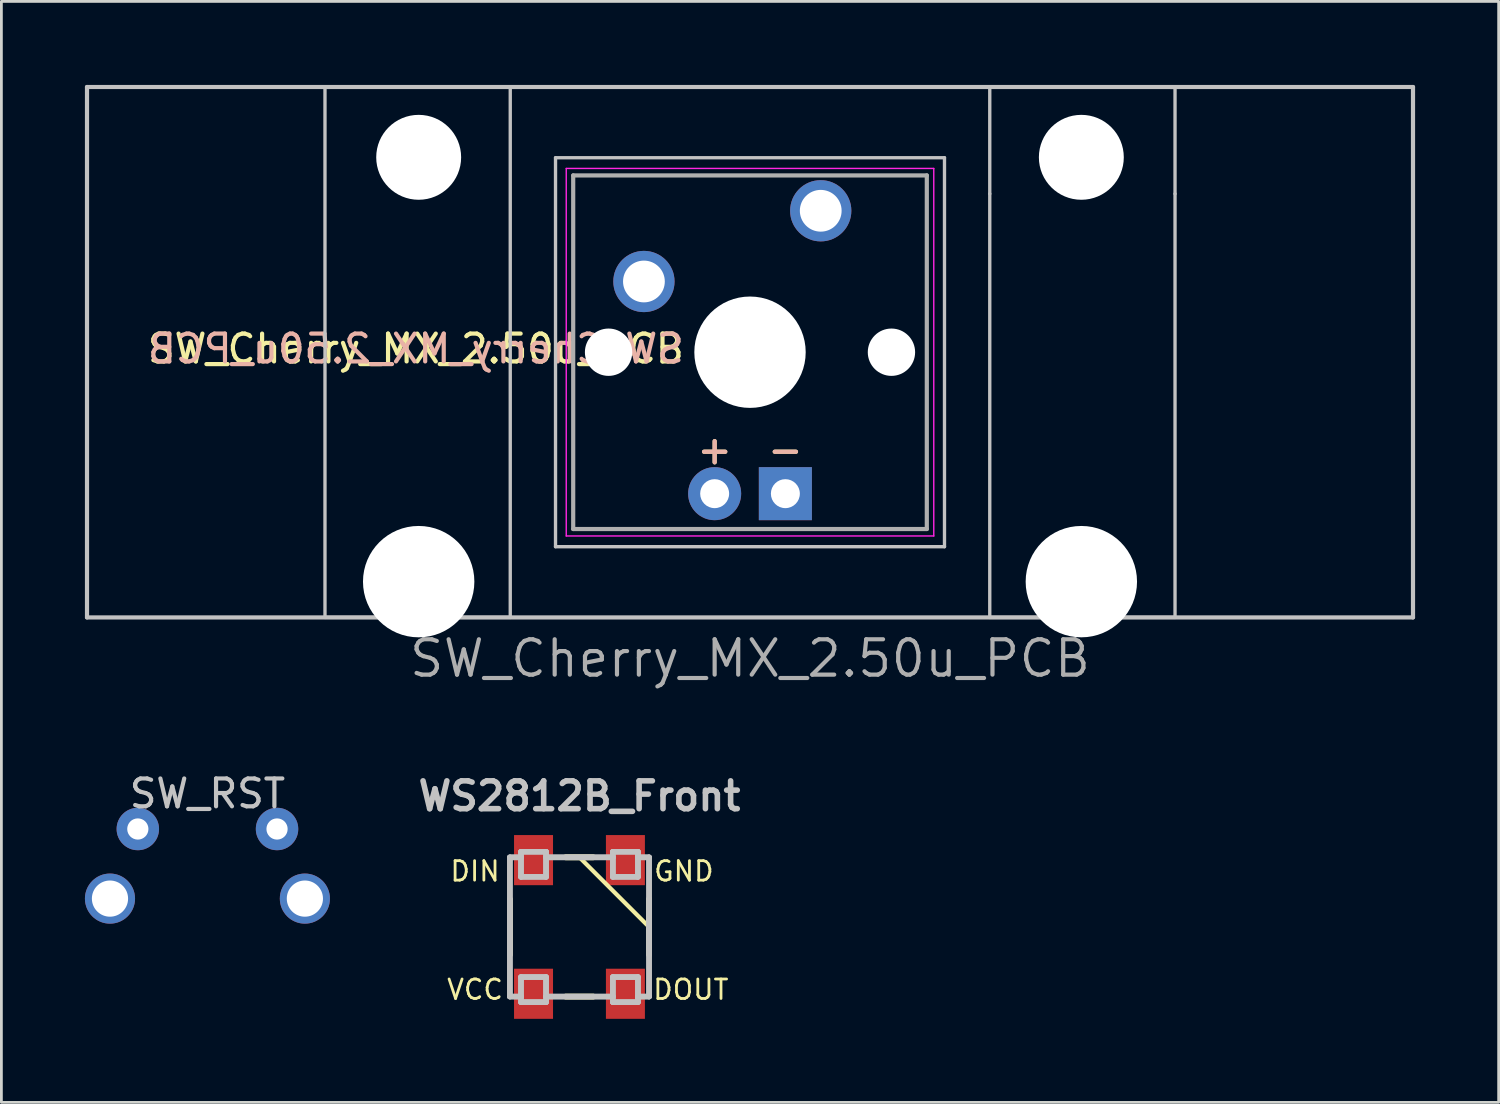
<source format=kicad_pcb>
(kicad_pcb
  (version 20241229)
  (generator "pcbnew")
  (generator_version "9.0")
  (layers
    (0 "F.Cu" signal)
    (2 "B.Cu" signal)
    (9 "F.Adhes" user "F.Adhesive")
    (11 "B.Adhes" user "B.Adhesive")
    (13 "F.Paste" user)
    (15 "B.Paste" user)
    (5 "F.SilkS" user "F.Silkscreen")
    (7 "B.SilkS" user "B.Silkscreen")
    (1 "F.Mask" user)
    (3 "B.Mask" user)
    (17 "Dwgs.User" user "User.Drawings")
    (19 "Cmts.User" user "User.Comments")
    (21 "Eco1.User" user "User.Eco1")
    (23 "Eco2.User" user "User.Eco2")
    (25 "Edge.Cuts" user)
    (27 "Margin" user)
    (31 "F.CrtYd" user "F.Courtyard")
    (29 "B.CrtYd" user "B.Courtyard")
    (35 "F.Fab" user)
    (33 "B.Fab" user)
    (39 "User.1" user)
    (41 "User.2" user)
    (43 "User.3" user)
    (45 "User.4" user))
  (footprint "SW_RST"
    (layer "F.Cu")
    (at 4.4 26.724)
    (property "Reference" "SW_RST" (at 0 -1.27 0) (layer "Dwgs.User") (effects (font (size 1 1) (thickness 0.15))))
    (attr through_hole)
    (pad "1" thru_hole circle (at -2.5 0) (size 1.524 1.524) (drill 0.762) (layers "*.Cu" "*.Mask"))
    (pad "2" thru_hole circle (at 2.5 0) (size 1.524 1.524) (drill 0.762) (layers "*.Cu" "*.Mask"))
    (pad "3" thru_hole circle (at -3.5 2.5) (size 1.8 1.8) (drill 1.3) (layers "*.Cu" "*.Mask"))
    (pad "3" thru_hole circle (at 3.5 2.5) (size 1.8 1.8) (drill 1.3) (layers "*.Cu" "*.Mask")))
  (footprint "WS2812B_Front"
    (layer "F.Cu")
    (at 17.762 30.242)
    (property "Reference" "WS2812B_Front" (at 0 -4.7 0) (layer "Dwgs.User") (effects (font (size 1 1) (thickness 0.2))))
    (attr through_hole)
    (fp_line (start -2.5 -1) (end -2.5 1) (stroke (width 0.2) (type solid)) (layer "F.SilkS"))
    (fp_line (start -2.5 -1) (end -2.5 1) (stroke (width 0.2) (type solid)) (layer "F.SilkS"))
    (fp_line (start -0.5 -2.5) (end 0.5 -2.5) (stroke (width 0.2) (type solid)) (layer "F.SilkS"))
    (fp_line (start -0.5 2.5) (end 0.5 2.5) (stroke (width 0.2) (type solid)) (layer "F.SilkS"))
    (fp_line (start 0 -2.5) (end 2.5 0) (stroke (width 0.15) (type solid)) (layer "F.SilkS"))
    (fp_line (start 0.5 -2.5) (end -0.5 -2.5) (stroke (width 0.2) (type solid)) (layer "F.SilkS"))
    (fp_line (start 0.5 2.5) (end -0.5 2.5) (stroke (width 0.2) (type solid)) (layer "F.SilkS"))
    (fp_line (start 2.5 -1) (end 2.5 1) (stroke (width 0.2) (type solid)) (layer "F.SilkS"))
    (fp_line (start 2.5 -1) (end 2.5 1) (stroke (width 0.2) (type solid)) (layer "F.SilkS"))
    (fp_line (start -2.5 -2.5) (end -2.5 2.5) (stroke (width 0.2) (type solid)) (layer "Dwgs.User"))
    (fp_line (start -2.5 -2.5) (end -2.1 -2.5) (stroke (width 0.2) (type solid)) (layer "Dwgs.User"))
    (fp_line (start -2.5 2.5) (end -2.1 2.5) (stroke (width 0.2) (type solid)) (layer "Dwgs.User"))
    (fp_line (start -2.499 2.499) (end -2.499 -2.499) (stroke (width 0.2) (type solid)) (layer "Dwgs.User"))
    (fp_line (start -2.1 -2.7) (end -1.2 -2.7) (stroke (width 0.2) (type solid)) (layer "Dwgs.User"))
    (fp_line (start -2.1 -2.7) (end -1.2 -2.7) (stroke (width 0.2) (type solid)) (layer "Dwgs.User"))
    (fp_line (start -2.1 -2.5) (end -2.5 -2.5) (stroke (width 0.2) (type solid)) (layer "Dwgs.User"))
    (fp_line (start -2.1 -1.8) (end -2.1 -2.7) (stroke (width 0.2) (type solid)) (layer "Dwgs.User"))
    (fp_line (start -2.1 -1.8) (end -2.1 -2.7) (stroke (width 0.2) (type solid)) (layer "Dwgs.User"))
    (fp_line (start -2.1 1.8) (end -2.1 2.7) (stroke (width 0.2) (type solid)) (layer "Dwgs.User"))
    (fp_line (start -2.1 1.8) (end -1.2 1.8) (stroke (width 0.2) (type solid)) (layer "Dwgs.User"))
    (fp_line (start -2.1 2.5) (end -2.5 2.5) (stroke (width 0.2) (type solid)) (layer "Dwgs.User"))
    (fp_line (start -2.1 2.7) (end -2.1 1.8) (stroke (width 0.2) (type solid)) (layer "Dwgs.User"))
    (fp_line (start -2.1 2.7) (end -1.2 2.7) (stroke (width 0.2) (type solid)) (layer "Dwgs.User"))
    (fp_line (start -1.2 -2.7) (end -1.2 -1.8) (stroke (width 0.2) (type solid)) (layer "Dwgs.User"))
    (fp_line (start -1.2 -2.7) (end -1.2 -1.8) (stroke (width 0.2) (type solid)) (layer "Dwgs.User"))
    (fp_line (start -1.2 -2.5) (end 1.2 -2.5) (stroke (width 0.2) (type solid)) (layer "Dwgs.User"))
    (fp_line (start -1.2 -1.8) (end -2.1 -1.8) (stroke (width 0.2) (type solid)) (layer "Dwgs.User"))
    (fp_line (start -1.2 -1.8) (end -2.1 -1.8) (stroke (width 0.2) (type solid)) (layer "Dwgs.User"))
    (fp_line (start -1.2 1.8) (end -2.1 1.8) (stroke (width 0.2) (type solid)) (layer "Dwgs.User"))
    (fp_line (start -1.2 1.8) (end -1.2 2.7) (stroke (width 0.2) (type solid)) (layer "Dwgs.User"))
    (fp_line (start -1.2 2.5) (end 1.2 2.5) (stroke (width 0.2) (type solid)) (layer "Dwgs.User"))
    (fp_line (start -1.2 2.7) (end -2.1 2.7) (stroke (width 0.2) (type solid)) (layer "Dwgs.User"))
    (fp_line (start -1.2 2.7) (end -1.2 1.8) (stroke (width 0.2) (type solid)) (layer "Dwgs.User"))
    (fp_line (start 1.2 -2.7) (end 1.2 -1.8) (stroke (width 0.2) (type solid)) (layer "Dwgs.User"))
    (fp_line (start 1.2 -2.7) (end 1.2 -1.8) (stroke (width 0.2) (type solid)) (layer "Dwgs.User"))
    (fp_line (start 1.2 -2.5) (end -1.2 -2.5) (stroke (width 0.2) (type solid)) (layer "Dwgs.User"))
    (fp_line (start 1.2 -1.8) (end 2.1 -1.8) (stroke (width 0.2) (type solid)) (layer "Dwgs.User"))
    (fp_line (start 1.2 -1.8) (end 2.1 -1.8) (stroke (width 0.2) (type solid)) (layer "Dwgs.User"))
    (fp_line (start 1.2 1.8) (end 1.2 2.7) (stroke (width 0.2) (type solid)) (layer "Dwgs.User"))
    (fp_line (start 1.2 1.8) (end 2.1 1.8) (stroke (width 0.2) (type solid)) (layer "Dwgs.User"))
    (fp_line (start 1.2 2.5) (end -1.2 2.5) (stroke (width 0.2) (type solid)) (layer "Dwgs.User"))
    (fp_line (start 1.2 2.7) (end 1.2 1.8) (stroke (width 0.2) (type solid)) (layer "Dwgs.User"))
    (fp_line (start 1.2 2.7) (end 2.1 2.7) (stroke (width 0.2) (type solid)) (layer "Dwgs.User"))
    (fp_line (start 2.1 -2.7) (end 1.2 -2.7) (stroke (width 0.2) (type solid)) (layer "Dwgs.User"))
    (fp_line (start 2.1 -2.7) (end 1.2 -2.7) (stroke (width 0.2) (type solid)) (layer "Dwgs.User"))
    (fp_line (start 2.1 -2.5) (end 2.5 -2.5) (stroke (width 0.2) (type solid)) (layer "Dwgs.User"))
    (fp_line (start 2.1 -1.8) (end 2.1 -2.7) (stroke (width 0.2) (type solid)) (layer "Dwgs.User"))
    (fp_line (start 2.1 -1.8) (end 2.1 -2.7) (stroke (width 0.2) (type solid)) (layer "Dwgs.User"))
    (fp_line (start 2.1 1.8) (end 1.2 1.8) (stroke (width 0.2) (type solid)) (layer "Dwgs.User"))
    (fp_line (start 2.1 1.8) (end 2.1 2.7) (stroke (width 0.2) (type solid)) (layer "Dwgs.User"))
    (fp_line (start 2.1 2.5) (end 2.5 2.5) (stroke (width 0.2) (type solid)) (layer "Dwgs.User"))
    (fp_line (start 2.1 2.7) (end 1.2 2.7) (stroke (width 0.2) (type solid)) (layer "Dwgs.User"))
    (fp_line (start 2.1 2.7) (end 2.1 1.8) (stroke (width 0.2) (type solid)) (layer "Dwgs.User"))
    (fp_line (start 2.499 2.499) (end 2.499 -2.499) (stroke (width 0.2) (type solid)) (layer "Dwgs.User"))
    (fp_line (start 2.5 -2.5) (end 2.1 -2.5) (stroke (width 0.2) (type solid)) (layer "Dwgs.User"))
    (fp_line (start 2.5 -2.5) (end 2.5 2.5) (stroke (width 0.2) (type solid)) (layer "Dwgs.User"))
    (fp_line (start 2.5 2.5) (end 2.1 2.5) (stroke (width 0.2) (type solid)) (layer "Dwgs.User"))
    (fp_text user "DOUT" (at 4 2.25 0) (layer "F.SilkS") (effects (font (size 0.7 0.7) (thickness 0.1))))
    (fp_text user "DIN" (at -3.75 -2 0) (layer "F.SilkS") (effects (font (size 0.7 0.7) (thickness 0.1))))
    (fp_text user "GND" (at 3.75 -2 0) (layer "F.SilkS") (effects (font (size 0.7 0.7) (thickness 0.1))))
    (fp_text user "VCC" (at -3.75 2.25 0) (layer "F.SilkS") (effects (font (size 0.7 0.7) (thickness 0.1))))
    (pad "1" smd rect (at -1.65 2.4) (size 1.4 1.8) (layers "F.Cu" "F.Mask" "F.Paste"))
    (pad "2" smd rect (at 1.65 2.4) (size 1.4 1.8) (layers "F.Cu" "F.Mask" "F.Paste"))
    (pad "3" smd rect (at 1.65 -2.4) (size 1.4 1.8) (layers "F.Cu" "F.Mask" "F.Paste"))
    (pad "4" smd rect (at -1.65 -2.4) (size 1.4 1.8) (layers "F.Cu" "F.Mask" "F.Paste")))
  (footprint "SW_Cherry_MX_2.50u_PCB"
    (layer "F.Cu")
    (at 23.887 9.6)
    (property "Reference" "SW_Cherry_MX_2.50u_PCB" (at 0 11 0) (layer "F.Fab") (effects (font (size 1.27 1.27) (thickness 0.15))))
    (attr through_hole)
    (fp_line (start -23.812 -9.525) (end 23.812 -9.525) (stroke (width 0.15) (type solid)) (layer "Dwgs.User"))
    (fp_line (start -23.812 9.525) (end -23.812 -9.525) (stroke (width 0.15) (type solid)) (layer "Dwgs.User"))
    (fp_line (start -23.812 9.525) (end 23.812 9.525) (stroke (width 0.15) (type solid)) (layer "Dwgs.User"))
    (fp_line (start -15.265 9.525) (end -15.265 -9.525) (stroke (width 0.12) (type solid)) (layer "Dwgs.User"))
    (fp_line (start -15.265 9.525) (end -8.611 9.525) (stroke (width 0.12) (type solid)) (layer "Dwgs.User"))
    (fp_line (start -8.611 -9.525) (end -15.265 -9.525) (stroke (width 0.12) (type solid)) (layer "Dwgs.User"))
    (fp_line (start -8.611 9.525) (end -8.611 -9.525) (stroke (width 0.12) (type solid)) (layer "Dwgs.User"))
    (fp_line (start -6.985 -6.985) (end 6.985 -6.985) (stroke (width 0.12) (type solid)) (layer "Dwgs.User"))
    (fp_line (start -6.985 6.985) (end -6.985 -6.985) (stroke (width 0.12) (type solid)) (layer "Dwgs.User"))
    (fp_line (start 6.985 -6.985) (end 6.985 6.985) (stroke (width 0.12) (type solid)) (layer "Dwgs.User"))
    (fp_line (start 6.985 6.985) (end -6.985 6.985) (stroke (width 0.12) (type solid)) (layer "Dwgs.User"))
    (fp_line (start 8.611 -5.69) (end 8.611 -9.525) (stroke (width 0.12) (type solid)) (layer "Dwgs.User"))
    (fp_line (start 8.611 -5.69) (end 8.611 9.525) (stroke (width 0.12) (type solid)) (layer "Dwgs.User"))
    (fp_line (start 8.611 9.525) (end 15.265 9.525) (stroke (width 0.12) (type solid)) (layer "Dwgs.User"))
    (fp_line (start 15.265 -9.512) (end 8.611 -9.525) (stroke (width 0.12) (type solid)) (layer "Dwgs.User"))
    (fp_line (start 15.265 -5.69) (end 15.265 -9.512) (stroke (width 0.12) (type solid)) (layer "Dwgs.User"))
    (fp_line (start 15.265 -5.69) (end 15.265 9.525) (stroke (width 0.12) (type solid)) (layer "Dwgs.User"))
    (fp_line (start 23.812 -9.525) (end 23.812 9.525) (stroke (width 0.15) (type solid)) (layer "Dwgs.User"))
    (fp_line (start -16.129 -2.286) (end -15.265 -2.286) (stroke (width 0.05) (type solid)) (layer "Eco1.User"))
    (fp_line (start -16.129 0.508) (end -16.129 -2.286) (stroke (width 0.05) (type solid)) (layer "Eco1.User"))
    (fp_line (start -15.265 -5.69) (end -8.611 -5.69) (stroke (width 0.05) (type solid)) (layer "Eco1.User"))
    (fp_line (start -15.265 -2.286) (end -15.265 -5.69) (stroke (width 0.05) (type solid)) (layer "Eco1.User"))
    (fp_line (start -15.265 0.508) (end -16.129 0.508) (stroke (width 0.05) (type solid)) (layer "Eco1.User"))
    (fp_line (start -15.265 6.604) (end -15.265 0.508) (stroke (width 0.05) (type solid)) (layer "Eco1.User"))
    (fp_line (start -14.224 6.604) (end -15.265 6.604) (stroke (width 0.05) (type solid)) (layer "Eco1.User"))
    (fp_line (start -14.224 7.772) (end -14.224 6.604) (stroke (width 0.05) (type solid)) (layer "Eco1.User"))
    (fp_line (start -9.652 6.604) (end -9.652 7.772) (stroke (width 0.05) (type solid)) (layer "Eco1.User"))
    (fp_line (start -9.652 7.772) (end -14.224 7.772) (stroke (width 0.05) (type solid)) (layer "Eco1.User"))
    (fp_line (start -8.611 -5.69) (end -8.611 -4.877) (stroke (width 0.05) (type solid)) (layer "Eco1.User"))
    (fp_line (start -8.611 -4.877) (end -6.985 -4.877) (stroke (width 0.05) (type solid)) (layer "Eco1.User"))
    (fp_line (start -8.611 5.817) (end -8.611 6.604) (stroke (width 0.05) (type solid)) (layer "Eco1.User"))
    (fp_line (start -8.611 6.604) (end -9.652 6.604) (stroke (width 0.05) (type solid)) (layer "Eco1.User"))
    (fp_line (start -6.985 -6.985) (end 6.985 -6.985) (stroke (width 0.05) (type solid)) (layer "Eco1.User"))
    (fp_line (start -6.985 -4.877) (end -6.985 -6.985) (stroke (width 0.05) (type solid)) (layer "Eco1.User"))
    (fp_line (start -6.985 5.817) (end -8.611 5.817) (stroke (width 0.05) (type solid)) (layer "Eco1.User"))
    (fp_line (start -6.985 6.985) (end -6.985 5.817) (stroke (width 0.05) (type solid)) (layer "Eco1.User"))
    (fp_line (start 6.985 -6.985) (end 6.985 -4.877) (stroke (width 0.05) (type solid)) (layer "Eco1.User"))
    (fp_line (start 6.985 -4.877) (end 8.611 -4.877) (stroke (width 0.05) (type solid)) (layer "Eco1.User"))
    (fp_line (start 6.985 5.817) (end 6.985 6.985) (stroke (width 0.05) (type solid)) (layer "Eco1.User"))
    (fp_line (start 6.985 6.985) (end -6.985 6.985) (stroke (width 0.05) (type solid)) (layer "Eco1.User"))
    (fp_line (start 8.611 -5.69) (end 15.265 -5.69) (stroke (width 0.05) (type solid)) (layer "Eco1.User"))
    (fp_line (start 8.611 -4.877) (end 8.611 -5.69) (stroke (width 0.05) (type solid)) (layer "Eco1.User"))
    (fp_line (start 8.611 5.817) (end 6.985 5.817) (stroke (width 0.05) (type solid)) (layer "Eco1.User"))
    (fp_line (start 8.611 6.604) (end 8.611 5.817) (stroke (width 0.05) (type solid)) (layer "Eco1.User"))
    (fp_line (start 9.652 6.604) (end 8.611 6.604) (stroke (width 0.05) (type solid)) (layer "Eco1.User"))
    (fp_line (start 9.652 7.772) (end 9.652 6.604) (stroke (width 0.05) (type solid)) (layer "Eco1.User"))
    (fp_line (start 14.224 6.604) (end 14.224 7.772) (stroke (width 0.05) (type solid)) (layer "Eco1.User"))
    (fp_line (start 14.224 7.772) (end 9.652 7.772) (stroke (width 0.05) (type solid)) (layer "Eco1.User"))
    (fp_line (start 15.265 -5.69) (end 15.265 -2.286) (stroke (width 0.05) (type solid)) (layer "Eco1.User"))
    (fp_line (start 15.265 -2.286) (end 16.129 -2.286) (stroke (width 0.05) (type solid)) (layer "Eco1.User"))
    (fp_line (start 15.265 0.508) (end 15.265 6.604) (stroke (width 0.05) (type solid)) (layer "Eco1.User"))
    (fp_line (start 15.265 6.604) (end 14.224 6.604) (stroke (width 0.05) (type solid)) (layer "Eco1.User"))
    (fp_line (start 16.129 -2.286) (end 16.129 0.508) (stroke (width 0.05) (type solid)) (layer "Eco1.User"))
    (fp_line (start 16.129 0.508) (end 15.265 0.508) (stroke (width 0.05) (type solid)) (layer "Eco1.User"))
    (fp_line (start -6.6 -6.6) (end 6.6 -6.6) (stroke (width 0.05) (type solid)) (layer "F.CrtYd"))
    (fp_line (start -6.6 6.6) (end -6.6 -6.6) (stroke (width 0.05) (type solid)) (layer "F.CrtYd"))
    (fp_line (start 6.6 -6.6) (end 6.6 6.6) (stroke (width 0.05) (type solid)) (layer "F.CrtYd"))
    (fp_line (start 6.6 6.6) (end -6.6 6.6) (stroke (width 0.05) (type solid)) (layer "F.CrtYd"))
    (fp_line (start -6.35 -6.35) (end 6.35 -6.35) (stroke (width 0.15) (type solid)) (layer "F.Fab"))
    (fp_line (start -6.35 6.35) (end -6.35 -6.35) (stroke (width 0.15) (type solid)) (layer "F.Fab"))
    (fp_line (start 6.35 -6.35) (end 6.35 6.35) (stroke (width 0.15) (type solid)) (layer "F.Fab"))
    (fp_line (start 6.35 6.35) (end -6.35 6.35) (stroke (width 0.15) (type solid)) (layer "F.Fab"))
    (fp_text user "-" (at 1.27 3.5 0) (layer "F.SilkS") (effects (font (size 1 1) (thickness 0.15))))
    (fp_text user "${REFERENCE}" (at -12 -0.124 0) (layer "F.SilkS") (effects (font (size 1 1) (thickness 0.15))))
    (fp_text user "+" (at -1.27 3.5 0) (layer "F.SilkS") (effects (font (size 1 1) (thickness 0.15))))
    (fp_text user "${REFERENCE}" (at -12 -0.124 0) (layer "B.SilkS") (effects (font (size 1 1) (thickness 0.15)) (justify mirror)))
    (fp_text user "+" (at -1.27 3.5 0) (layer "B.SilkS") (effects (font (size 1 1) (thickness 0.15))))
    (fp_text user "-" (at 1.27 3.5 0) (layer "B.SilkS") (effects (font (size 1 1) (thickness 0.15))))
    (pad "" np_thru_hole circle (at -11.9 -7) (size 3.05 3.05) (drill 3.05) (layers "*.Cu" "*.Mask"))
    (pad "" np_thru_hole circle (at -11.9 8.24) (size 4 4) (drill 4) (layers "*.Cu" "*.Mask"))
    (pad "" np_thru_hole circle (at -5.08 0) (size 1.7 1.7) (drill 1.7) (layers "*.Cu" "*.Mask"))
    (pad "" np_thru_hole circle (at 0 0) (size 4 4) (drill 4) (layers "*.Cu" "*.Mask"))
    (pad "" np_thru_hole circle (at 5.08 0) (size 1.7 1.7) (drill 1.7) (layers "*.Cu" "*.Mask"))
    (pad "" np_thru_hole circle (at 11.9 -7) (size 3.05 3.05) (drill 3.05) (layers "*.Cu" "*.Mask"))
    (pad "" np_thru_hole circle (at 11.9 8.24) (size 4 4) (drill 4) (layers "*.Cu" "*.Mask"))
    (pad "1" thru_hole circle (at 2.54 -5.08) (size 2.2 2.2) (drill 1.5) (layers "*.Cu" "*.Mask"))
    (pad "2" thru_hole circle (at -3.81 -2.54) (size 2.2 2.2) (drill 1.5) (layers "*.Cu" "*.Mask"))
    (pad "3" thru_hole circle (at -1.27 5.08) (size 1.905 1.905) (drill 1.04) (layers "*.Cu" "*.Mask"))
    (pad "4" thru_hole rect (at 1.27 5.08) (size 1.905 1.905) (drill 1.04) (layers "*.Cu" "*.Mask")))
  (gr_rect
    (start -3 -3)
    (end 50.775 36.542)
    (stroke (width 0.1) (type default))
    (fill no)
    (layer "Edge.Cuts")))
</source>
